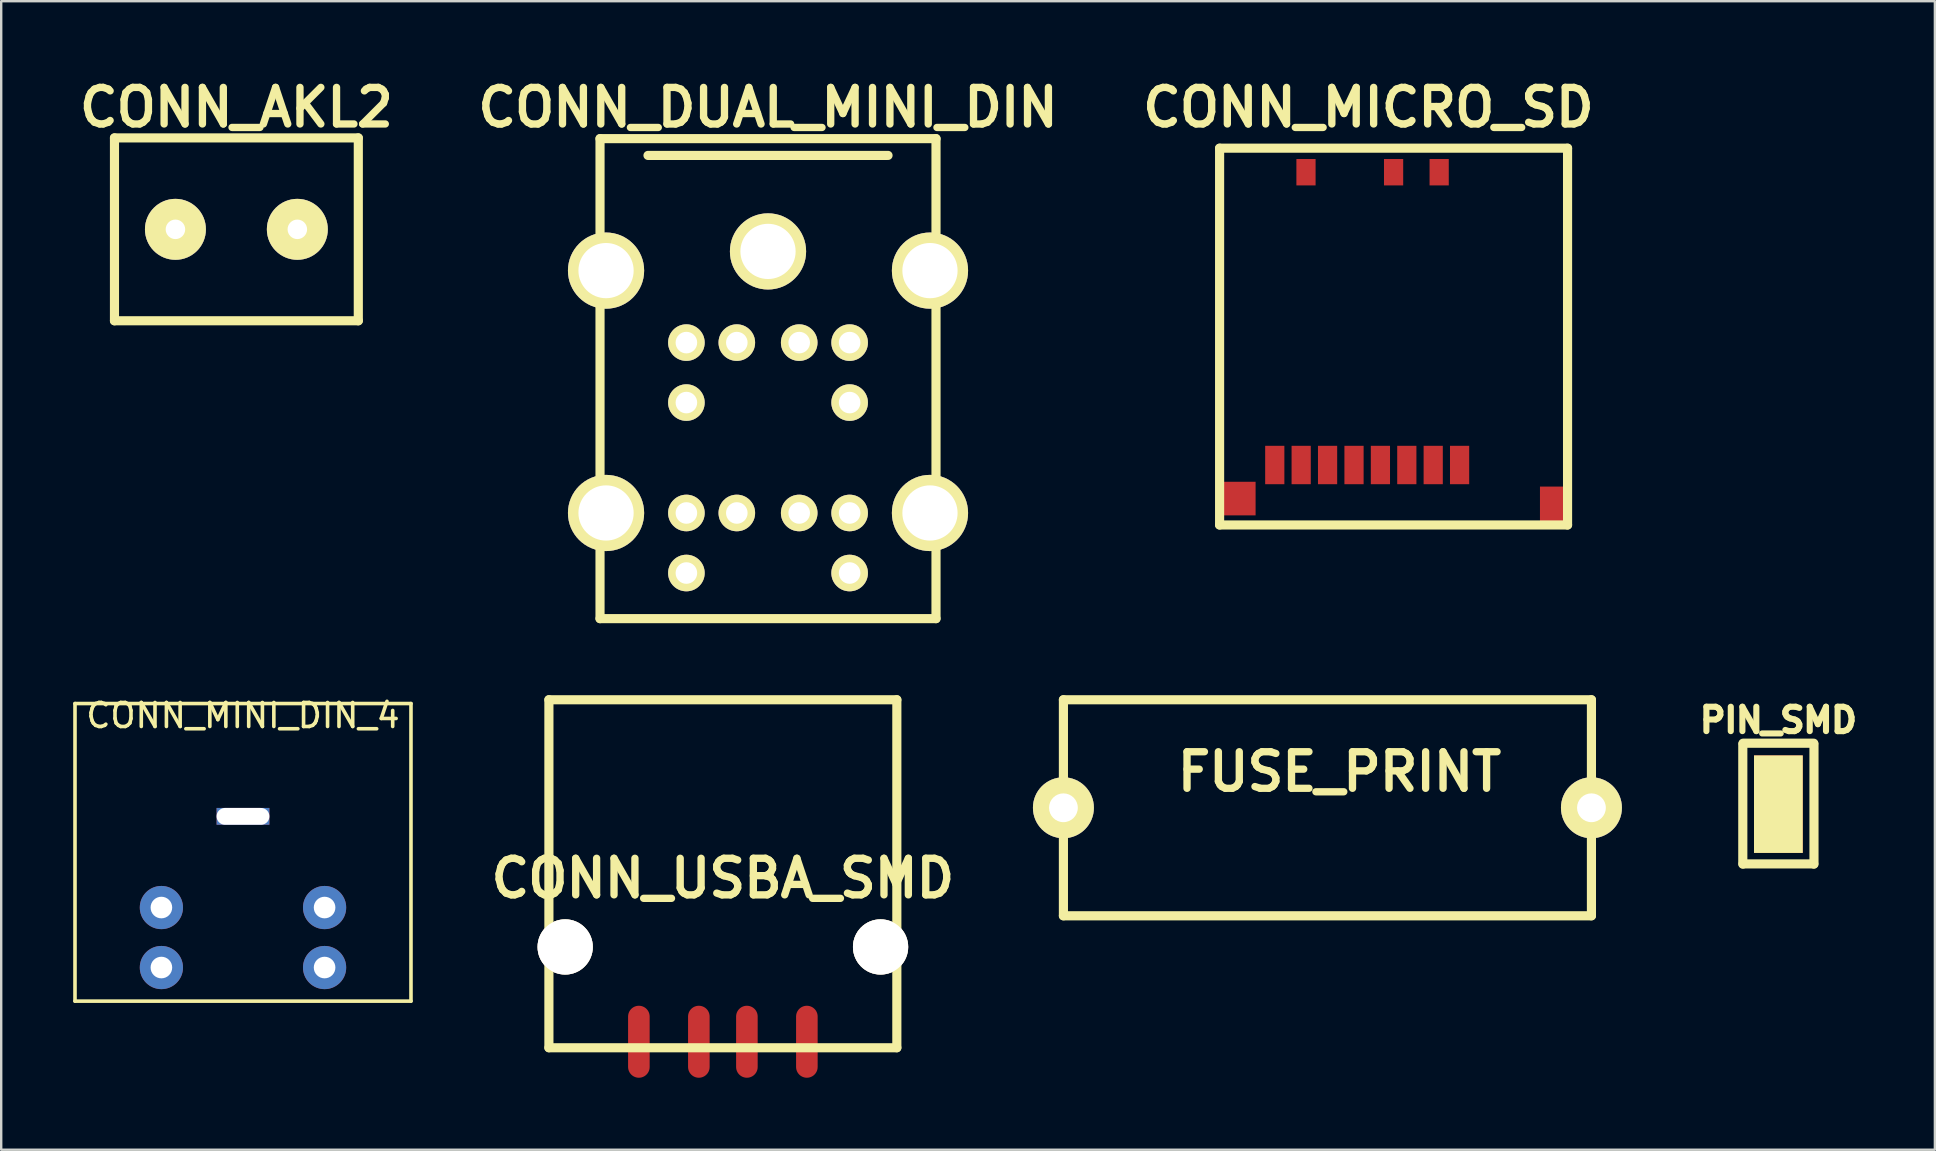
<source format=kicad_pcb>
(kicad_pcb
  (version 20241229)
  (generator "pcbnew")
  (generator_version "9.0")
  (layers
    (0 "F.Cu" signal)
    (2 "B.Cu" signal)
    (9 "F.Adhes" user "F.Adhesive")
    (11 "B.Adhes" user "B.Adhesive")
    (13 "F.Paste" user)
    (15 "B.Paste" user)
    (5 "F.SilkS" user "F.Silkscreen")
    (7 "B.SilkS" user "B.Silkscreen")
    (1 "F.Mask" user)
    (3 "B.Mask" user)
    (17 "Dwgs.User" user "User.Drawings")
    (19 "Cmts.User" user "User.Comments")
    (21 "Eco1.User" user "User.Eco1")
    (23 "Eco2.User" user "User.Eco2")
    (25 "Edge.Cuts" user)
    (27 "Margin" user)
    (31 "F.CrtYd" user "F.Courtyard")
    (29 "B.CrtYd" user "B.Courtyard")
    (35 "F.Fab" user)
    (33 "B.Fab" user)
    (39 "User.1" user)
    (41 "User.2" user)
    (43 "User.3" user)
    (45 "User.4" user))
  (footprint "CONN_AKL2"
    (layer "F.Cu")
    (at 6.8 6.506)
    (property "Reference" "CONN_AKL2" (at 0 -5.08 0) (layer "F.SilkS") (effects (font (size 1.524 1.524) (thickness 0.305))))
    (attr through_hole)
    (fp_line (start -5.08 -3.81) (end 5.08 -3.81) (stroke (width 0.381) (type solid)) (layer "F.SilkS"))
    (fp_line (start -5.08 3.81) (end -5.08 -3.81) (stroke (width 0.381) (type solid)) (layer "F.SilkS"))
    (fp_line (start 5.08 -3.81) (end 5.08 3.81) (stroke (width 0.381) (type solid)) (layer "F.SilkS"))
    (fp_line (start 5.08 3.81) (end -5.08 3.81) (stroke (width 0.381) (type solid)) (layer "F.SilkS"))
    (pad "1" thru_hole circle (at -2.54 0) (size 2.54 2.54) (drill 0.813) (layers "*.Cu" "*.Mask" "F.SilkS"))
    (pad "2" thru_hole circle (at 2.54 0) (size 2.54 2.54) (drill 0.813) (layers "*.Cu" "*.Mask" "F.SilkS")))
  (footprint "CONN_MINI_DIN_4"
    (layer "F.Cu")
    (at 7.075 26.266)
    (property "Reference" "CONN_MINI_DIN_4" (at 0 0.5 0) (layer "F.SilkS") (effects (font (size 1 1) (thickness 0.15))))
    (attr through_hole)
    (fp_line (start -7 0) (end 7 0) (stroke (width 0.15) (type solid)) (layer "F.SilkS"))
    (fp_line (start -7 12.4) (end -7 0) (stroke (width 0.15) (type solid)) (layer "F.SilkS"))
    (fp_line (start 7 0) (end 7 12.4) (stroke (width 0.15) (type solid)) (layer "F.SilkS"))
    (fp_line (start 7 12.4) (end -7 12.4) (stroke (width 0.15) (type solid)) (layer "F.SilkS"))
    (pad "" np_thru_hole rect (at 0 4.7) (size 2.2 0.7) (drill oval 2.2 0.7) (layers "*.Cu" "*.Mask"))
    (pad "1" thru_hole circle (at -3.4 8.5) (size 1.8 1.8) (drill 0.9) (layers "*.Cu" "*.Mask"))
    (pad "2" thru_hole circle (at 3.4 8.5) (size 1.8 1.8) (drill 0.9) (layers "*.Cu" "*.Mask"))
    (pad "3" thru_hole circle (at -3.4 11) (size 1.8 1.8) (drill 0.9) (layers "*.Cu" "*.Mask"))
    (pad "4" thru_hole circle (at 3.4 11) (size 1.8 1.8) (drill 0.9) (layers "*.Cu" "*.Mask")))
  (footprint "FUSE_PRINT"
    (layer "F.Cu")
    (at 52.262 30.609)
    (property "Reference" "FUSE_PRINT" (at 0.5 -1.501 0) (layer "F.SilkS") (effects (font (size 1.524 1.524) (thickness 0.305))))
    (attr through_hole)
    (fp_line (start -11.001 -4.501) (end -11.001 4.501) (stroke (width 0.381) (type solid)) (layer "F.SilkS"))
    (fp_line (start -11.001 4.501) (end 11.001 4.501) (stroke (width 0.381) (type solid)) (layer "F.SilkS"))
    (fp_line (start 11.001 -4.501) (end -11.001 -4.501) (stroke (width 0.381) (type solid)) (layer "F.SilkS"))
    (fp_line (start 11.001 4.501) (end 11.001 -4.501) (stroke (width 0.381) (type solid)) (layer "F.SilkS"))
    (pad "1" thru_hole circle (at -11.001 0) (size 2.54 2.54) (drill 1.199) (layers "*.Cu" "*.Mask" "F.SilkS"))
    (pad "2" thru_hole circle (at 11.001 0) (size 2.54 2.54) (drill 1.199) (layers "*.Cu" "*.Mask" "F.SilkS")))
  (footprint "CONN_USBA_SMD"
    (layer "F.Cu")
    (at 27.071 37.358)
    (property "Reference" "CONN_USBA_SMD" (at 0 -3.81 0) (layer "F.SilkS") (effects (font (size 1.524 1.524) (thickness 0.305))))
    (attr through_hole)
    (fp_line (start -7.249 -11.25) (end -7.249 3.249) (stroke (width 0.381) (type solid)) (layer "F.SilkS"))
    (fp_line (start -7.249 -11.25) (end 7.249 -11.25) (stroke (width 0.381) (type solid)) (layer "F.SilkS"))
    (fp_line (start 7.249 -11.25) (end 7.249 3.249) (stroke (width 0.381) (type solid)) (layer "F.SilkS"))
    (fp_line (start 7.249 3.251) (end -7.249 3.251) (stroke (width 0.381) (type solid)) (layer "F.SilkS"))
    (pad "1" smd oval (at 3.5 3) (size 0.899 3) (layers "F.Cu" "F.Mask" "F.Paste"))
    (pad "2" smd oval (at 1.001 3) (size 0.899 3) (layers "F.Cu" "F.Mask" "F.Paste"))
    (pad "3" smd oval (at -1.001 3) (size 0.899 3) (layers "F.Cu" "F.Mask" "F.Paste"))
    (pad "4" smd oval (at -3.5 3) (size 0.899 3) (layers "F.Cu" "F.Mask" "F.Paste"))
    (pad "5" thru_hole circle (at -6.571 -0.95) (size 2.301 2.301) (drill 2.301) (layers "*.Cu" "*.Mask" "F.SilkS"))
    (pad "6" thru_hole circle (at 6.571 -0.95) (size 2.301 2.301) (drill 2.301) (layers "*.Cu" "*.Mask" "F.SilkS")))
  (footprint "PIN_SMD"
    (layer "F.Cu")
    (at 71.053 30.458)
    (property "Reference" "PIN_SMD" (at 0 -3.5 0) (layer "F.SilkS") (effects (font (size 1.016 1.016) (thickness 0.254))))
    (attr through_hole)
    (fp_line (start -1.483 2.499) (end -1.483 -2.499) (stroke (width 0.381) (type solid)) (layer "F.SilkS"))
    (fp_line (start -1.473 2.489) (end 1.473 2.489) (stroke (width 0.381) (type solid)) (layer "F.SilkS"))
    (fp_line (start 1.473 -2.54) (end -1.473 -2.54) (stroke (width 0.381) (type solid)) (layer "F.SilkS"))
    (fp_line (start 1.483 -2.499) (end 1.483 2.499) (stroke (width 0.381) (type solid)) (layer "F.SilkS"))
    (pad "1" smd rect (at 0 0) (size 2.032 4.064) (layers "F.Cu" "F.Mask" "F.SilkS" "F.Paste")))
  (footprint "CONN_MICRO_SD"
    (layer "F.Cu")
    (at 54.569 18.025)
    (property "Reference" "CONN_MICRO_SD" (at -0.599 -16.599 0) (layer "F.SilkS") (effects (font (size 1.524 1.524) (thickness 0.305))))
    (attr through_hole)
    (fp_line (start -6.8 -14.9) (end -6.8 0.8) (stroke (width 0.381) (type solid)) (layer "F.SilkS"))
    (fp_line (start -6.8 -14.9) (end 7.699 -14.9) (stroke (width 0.381) (type solid)) (layer "F.SilkS"))
    (fp_line (start 7.699 0.8) (end -6.8 0.8) (stroke (width 0.381) (type solid)) (layer "F.SilkS"))
    (fp_line (start 7.699 0.8) (end 7.699 -14.9) (stroke (width 0.381) (type solid)) (layer "F.SilkS"))
    (pad "1" smd rect (at 3.2 -1.699) (size 0.8 1.6) (layers "F.Cu" "F.Mask" "F.Paste"))
    (pad "2" smd rect (at 2.101 -1.699) (size 0.8 1.6) (layers "F.Cu" "F.Mask" "F.Paste"))
    (pad "3" smd rect (at 1.001 -1.699) (size 0.8 1.6) (layers "F.Cu" "F.Mask" "F.Paste"))
    (pad "4" smd rect (at -0.099 -1.699) (size 0.8 1.6) (layers "F.Cu" "F.Mask" "F.Paste"))
    (pad "5" smd rect (at -1.199 -1.699) (size 0.8 1.6) (layers "F.Cu" "F.Mask" "F.Paste"))
    (pad "6" smd rect (at -2.301 -1.699) (size 0.8 1.6) (layers "F.Cu" "F.Mask" "F.Paste"))
    (pad "7" smd rect (at -3.401 -1.699) (size 0.8 1.6) (layers "F.Cu" "F.Mask" "F.Paste"))
    (pad "8" smd rect (at -4.501 -1.699) (size 0.8 1.6) (layers "F.Cu" "F.Mask" "F.Paste"))
    (pad "9" smd rect (at 0.45 -13.899) (size 0.8 1.1) (layers "F.Cu" "F.Mask" "F.Paste"))
    (pad "10" smd rect (at -3.2 -13.899) (size 0.8 1.1) (layers "F.Cu" "F.Mask" "F.Paste"))
    (pad "11" smd rect (at 2.349 -13.899) (size 0.8 1.1) (layers "F.Cu" "F.Mask" "F.Paste"))
    (pad "12" smd rect (at -6.025 -0.3) (size 1.45 1.4) (layers "F.Cu" "F.Mask" "F.Paste"))
    (pad "13" smd rect (at 7.099 0) (size 1.1 1.6) (layers "F.Cu" "F.Mask" "F.Paste")))
  (footprint "CONN_DUAL_MINI_DIN"
    (layer "F.Cu")
    (at 28.952 7.426)
    (property "Reference" "CONN_DUAL_MINI_DIN" (at 0 -5.999 0) (layer "F.SilkS") (effects (font (size 1.524 1.524) (thickness 0.305))))
    (attr through_hole)
    (fp_line (start -7 -4.699) (end -7 15.301) (stroke (width 0.381) (type solid)) (layer "F.SilkS"))
    (fp_line (start -7 15.301) (end 7 15.301) (stroke (width 0.381) (type solid)) (layer "F.SilkS"))
    (fp_line (start -5.001 -4) (end 5.001 -4) (stroke (width 0.381) (type solid)) (layer "F.SilkS"))
    (fp_line (start 7 -4.699) (end -7 -4.699) (stroke (width 0.381) (type solid)) (layer "F.SilkS"))
    (fp_line (start 7 15.301) (end 7 -4.699) (stroke (width 0.381) (type solid)) (layer "F.SilkS"))
    (pad "1" thru_hole circle (at -1.3 3.8) (size 1.524 1.524) (drill 0.899) (layers "*.Cu" "*.Mask" "F.SilkS"))
    (pad "2" thru_hole circle (at 1.3 3.8) (size 1.524 1.524) (drill 0.899) (layers "*.Cu" "*.Mask" "F.SilkS"))
    (pad "3" thru_hole circle (at -3.401 3.8) (size 1.524 1.524) (drill 0.899) (layers "*.Cu" "*.Mask" "F.SilkS"))
    (pad "4" thru_hole circle (at 3.401 3.8) (size 1.524 1.524) (drill 0.899) (layers "*.Cu" "*.Mask" "F.SilkS"))
    (pad "5" thru_hole circle (at -3.401 6.299) (size 1.524 1.524) (drill 0.899) (layers "*.Cu" "*.Mask" "F.SilkS"))
    (pad "6" thru_hole circle (at 3.401 6.299) (size 1.524 1.524) (drill 0.899) (layers "*.Cu" "*.Mask" "F.SilkS"))
    (pad "7" thru_hole circle (at -1.3 10.899) (size 1.524 1.524) (drill 0.899) (layers "*.Cu" "*.Mask" "F.SilkS"))
    (pad "8" thru_hole circle (at 1.3 10.899) (size 1.524 1.524) (drill 0.899) (layers "*.Cu" "*.Mask" "F.SilkS"))
    (pad "9" thru_hole circle (at -3.401 10.899) (size 1.524 1.524) (drill 0.899) (layers "*.Cu" "*.Mask" "F.SilkS"))
    (pad "10" thru_hole circle (at 3.401 10.899) (size 1.524 1.524) (drill 0.899) (layers "*.Cu" "*.Mask" "F.SilkS"))
    (pad "11" thru_hole circle (at -3.401 13.401) (size 1.524 1.524) (drill 0.899) (layers "*.Cu" "*.Mask" "F.SilkS"))
    (pad "12" thru_hole circle (at 3.401 13.401) (size 1.524 1.524) (drill 0.899) (layers "*.Cu" "*.Mask" "F.SilkS"))
    (pad "13" thru_hole circle (at 0 0) (size 3.175 3.175) (drill 2.301) (layers "*.Cu" "*.Mask" "F.SilkS"))
    (pad "14" thru_hole circle (at -6.749 0.8) (size 3.175 3.175) (drill 2.301) (layers "*.Cu" "*.Mask" "F.SilkS"))
    (pad "15" thru_hole circle (at 6.749 0.8) (size 3.175 3.175) (drill 2.301) (layers "*.Cu" "*.Mask" "F.SilkS"))
    (pad "16" thru_hole circle (at -6.749 10.899) (size 3.175 3.175) (drill 2.301) (layers "*.Cu" "*.Mask" "F.SilkS"))
    (pad "17" thru_hole circle (at 6.749 10.899) (size 3.175 3.175) (drill 2.301) (layers "*.Cu" "*.Mask" "F.SilkS")))
  (gr_rect
    (start -3 -3)
    (end 77.574 44.857)
    (stroke (width 0.1) (type default))
    (fill no)
    (layer "Edge.Cuts")))
</source>
